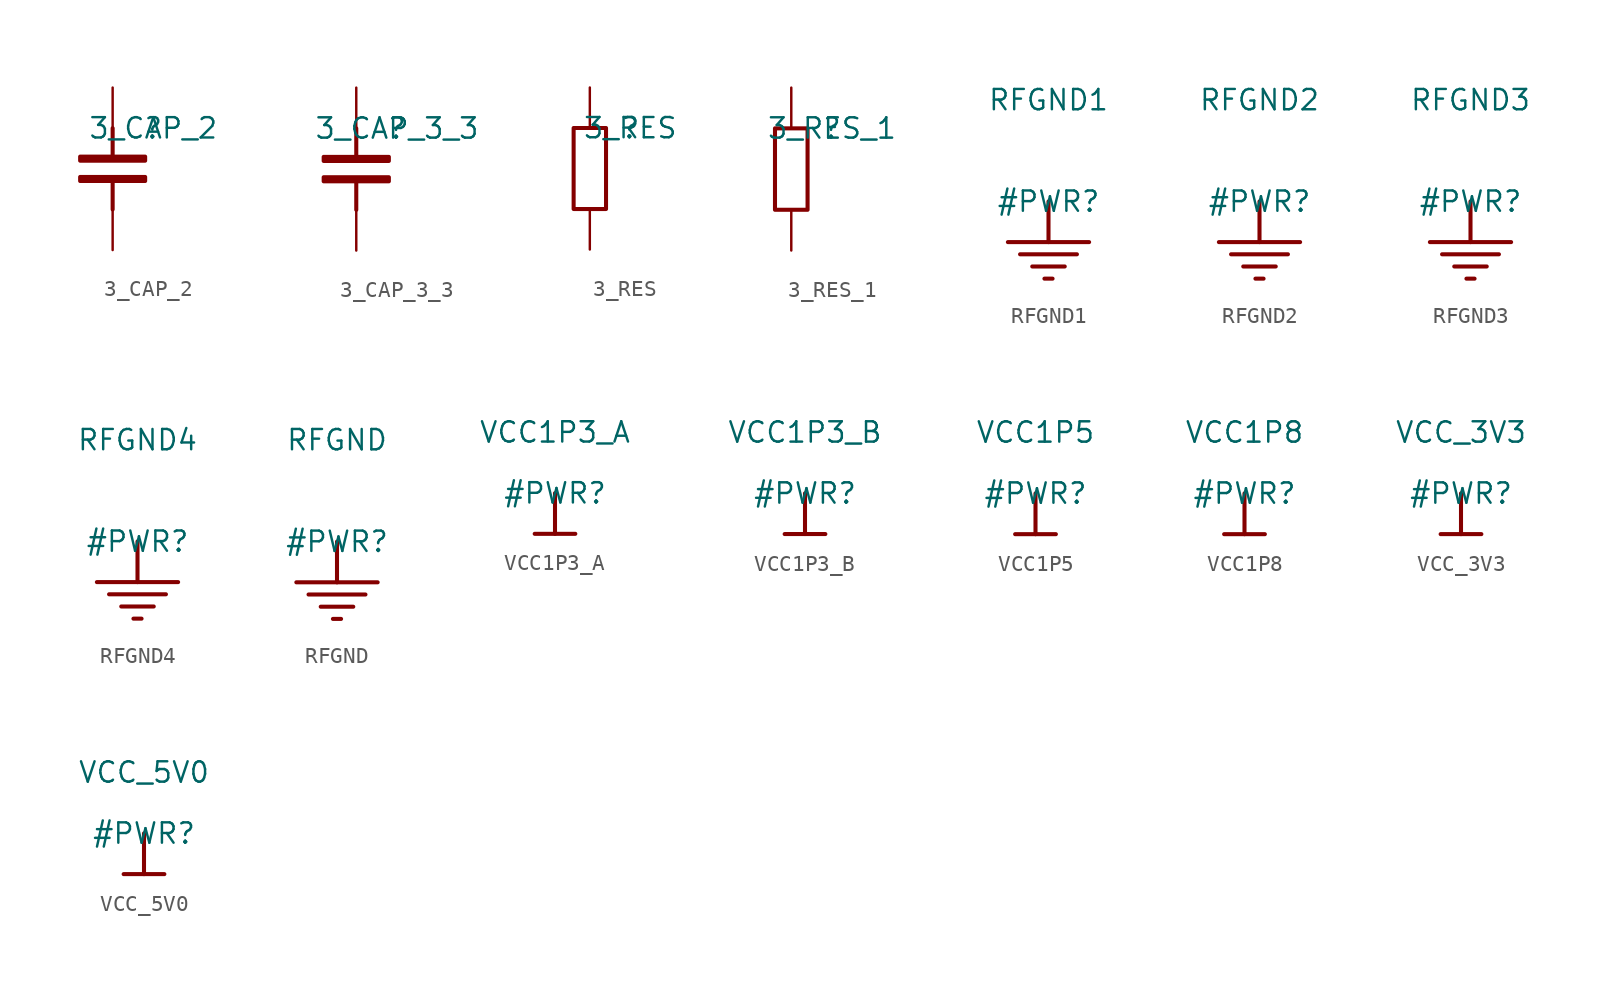
<source format=kicad_sym>
(kicad_symbol_lib
  (version 20211014)
  (generator kicad_symbol_editor)
  (symbol "pynqsdr-altium-import:3_CAP_2"
    (property "Reference" ""
      (at 0 0 0)
      (effects (font (size 1.27 1.27))))
    (property "Value" "3_CAP_2"
      (at 0 0 0)
      (effects (font (size 1.27 1.27))))
    (symbol "3_CAP_2_1_0"
      (polyline (pts (xy -2.54 -3.302) (xy -2.54 -5.08)) (stroke (width 0.254) (type default) (color 0 0 0 0)) (fill (type none)))
      (polyline (pts (xy -2.54 0) (xy -2.54 -1.778)) (stroke (width 0.254) (type default) (color 0 0 0 0)) (fill (type none)))
      (polyline (pts (xy -0.508 -3.048) (xy -0.508 -3.302) (xy -4.572 -3.302) (xy -4.572 -3.048) (xy -0.508 -3.048)) (stroke (width 0.254) (type default) (color 0 0 0 0)) (fill (type outline)))
      (polyline (pts (xy -0.508 -1.778) (xy -0.508 -2.032) (xy -4.572 -2.032) (xy -4.572 -1.778) (xy -0.508 -1.778)) (stroke (width 0.254) (type default) (color 0 0 0 0)) (fill (type outline)))
      (pin passive line (at -2.54 2.54 270) (length 2.54) (name "1" (effects (font (size 0 0)))) (number "1" (effects (font (size 0 0)))))
      (pin passive line (at -2.54 -7.62 90) (length 2.54) (name "2" (effects (font (size 0 0)))) (number "2" (effects (font (size 0 0)))))))
  (symbol "pynqsdr-altium-import:3_CAP_3_3"
    (property "Reference" ""
      (at 0 0 0)
      (effects (font (size 1.27 1.27))))
    (property "Value" "3_CAP_3_3"
      (at 0 0 0)
      (effects (font (size 1.27 1.27))))
    (symbol "3_CAP_3_3_1_0"
      (polyline (pts (xy -2.54 -3.302) (xy -2.54 -5.08)) (stroke (width 0.254) (type default) (color 0 0 0 0)) (fill (type none)))
      (polyline (pts (xy -2.54 0) (xy -2.54 -1.778)) (stroke (width 0.254) (type default) (color 0 0 0 0)) (fill (type none)))
      (polyline (pts (xy -0.508 -3.048) (xy -0.508 -3.302) (xy -4.572 -3.302) (xy -4.572 -3.048) (xy -0.508 -3.048)) (stroke (width 0.254) (type default) (color 0 0 0 0)) (fill (type outline)))
      (polyline (pts (xy -0.508 -1.778) (xy -0.508 -2.032) (xy -4.572 -2.032) (xy -4.572 -1.778) (xy -0.508 -1.778)) (stroke (width 0.254) (type default) (color 0 0 0 0)) (fill (type outline)))
      (pin passive line (at -2.54 2.54 270) (length 2.54) (name "1" (effects (font (size 0 0)))) (number "1" (effects (font (size 0 0)))))
      (pin passive line (at -2.54 -7.62 90) (length 2.54) (name "2" (effects (font (size 0 0)))) (number "2" (effects (font (size 0 0)))))))
  (symbol "pynqsdr-altium-import:3_RES"
    (property "Reference" ""
      (at 0 0 0)
      (effects (font (size 1.27 1.27))))
    (property "Value" "3_RES"
      (at 0 0 0)
      (effects (font (size 1.27 1.27))))
    (symbol "3_RES_1_0"
      (rectangle (start -1.524 0) (end -3.556 -5.08) (stroke (width 0.254) (type default) (color 0 0 0 0)) (fill (type none)))
      (pin passive line (at -2.54 2.54 270) (length 2.54) (name "1" (effects (font (size 0 0)))) (number "1" (effects (font (size 0 0)))))
      (pin passive line (at -2.54 -7.62 90) (length 2.54) (name "2" (effects (font (size 0 0)))) (number "2" (effects (font (size 0 0)))))))
  (symbol "pynqsdr-altium-import:3_RES_1"
    (property "Reference" ""
      (at 0 0 0)
      (effects (font (size 1.27 1.27))))
    (property "Value" "3_RES_1"
      (at 0 0 0)
      (effects (font (size 1.27 1.27))))
    (symbol "3_RES_1_1_0"
      (rectangle (start -1.524 0) (end -3.556 -5.08) (stroke (width 0.254) (type default) (color 0 0 0 0)) (fill (type none)))
      (pin passive line (at -2.54 2.54 270) (length 2.54) (name "1" (effects (font (size 0 0)))) (number "1" (effects (font (size 0 0)))))
      (pin passive line (at -2.54 -7.62 90) (length 2.54) (name "2" (effects (font (size 0 0)))) (number "2" (effects (font (size 0 0)))))))
  (symbol "pynqsdr-altium-import:RFGND1"
    (power)
    (property "Reference" "#PWR"
      (at 0 0 0)
      (effects (font (size 1.27 1.27))))
    (property "Value" "RFGND1"
      (at 0 6.35 0)
      (effects (font (size 1.27 1.27))))
    (symbol "RFGND1_0_0"
      (polyline (pts (xy -0.254 -4.826) (xy 0.254 -4.826)) (stroke (width 0.254) (type default) (color 0 0 0 0)) (fill (type none)))
      (polyline (pts (xy -2.54 -2.54) (xy 2.54 -2.54)) (stroke (width 0.254) (type default) (color 0 0 0 0)) (fill (type none)))
      (polyline (pts (xy -1.778 -3.302) (xy 1.778 -3.302)) (stroke (width 0.254) (type default) (color 0 0 0 0)) (fill (type none)))
      (polyline (pts (xy -1.016 -4.064) (xy 1.016 -4.064)) (stroke (width 0.254) (type default) (color 0 0 0 0)) (fill (type none)))
      (polyline (pts (xy 0 0) (xy 0 -2.54)) (stroke (width 0.254) (type default) (color 0 0 0 0)) (fill (type none)))
      (pin power_in line (at 0 0 0) (length 0) hide (name "RFGND1" (effects (font (size 1.27 1.27)))) (number "" (effects (font (size 1.27 1.27)))))))
  (symbol "pynqsdr-altium-import:RFGND2"
    (power)
    (property "Reference" "#PWR"
      (at 0 0 0)
      (effects (font (size 1.27 1.27))))
    (property "Value" "RFGND2"
      (at 0 6.35 0)
      (effects (font (size 1.27 1.27))))
    (symbol "RFGND2_0_0"
      (polyline (pts (xy -0.254 -4.826) (xy 0.254 -4.826)) (stroke (width 0.254) (type default) (color 0 0 0 0)) (fill (type none)))
      (polyline (pts (xy -2.54 -2.54) (xy 2.54 -2.54)) (stroke (width 0.254) (type default) (color 0 0 0 0)) (fill (type none)))
      (polyline (pts (xy -1.778 -3.302) (xy 1.778 -3.302)) (stroke (width 0.254) (type default) (color 0 0 0 0)) (fill (type none)))
      (polyline (pts (xy -1.016 -4.064) (xy 1.016 -4.064)) (stroke (width 0.254) (type default) (color 0 0 0 0)) (fill (type none)))
      (polyline (pts (xy 0 0) (xy 0 -2.54)) (stroke (width 0.254) (type default) (color 0 0 0 0)) (fill (type none)))
      (pin power_in line (at 0 0 0) (length 0) hide (name "RFGND2" (effects (font (size 1.27 1.27)))) (number "" (effects (font (size 1.27 1.27)))))))
  (symbol "pynqsdr-altium-import:RFGND3"
    (power)
    (property "Reference" "#PWR"
      (at 0 0 0)
      (effects (font (size 1.27 1.27))))
    (property "Value" "RFGND3"
      (at 0 6.35 0)
      (effects (font (size 1.27 1.27))))
    (symbol "RFGND3_0_0"
      (polyline (pts (xy -0.254 -4.826) (xy 0.254 -4.826)) (stroke (width 0.254) (type default) (color 0 0 0 0)) (fill (type none)))
      (polyline (pts (xy -2.54 -2.54) (xy 2.54 -2.54)) (stroke (width 0.254) (type default) (color 0 0 0 0)) (fill (type none)))
      (polyline (pts (xy -1.778 -3.302) (xy 1.778 -3.302)) (stroke (width 0.254) (type default) (color 0 0 0 0)) (fill (type none)))
      (polyline (pts (xy -1.016 -4.064) (xy 1.016 -4.064)) (stroke (width 0.254) (type default) (color 0 0 0 0)) (fill (type none)))
      (polyline (pts (xy 0 0) (xy 0 -2.54)) (stroke (width 0.254) (type default) (color 0 0 0 0)) (fill (type none)))
      (pin power_in line (at 0 0 0) (length 0) hide (name "RFGND3" (effects (font (size 1.27 1.27)))) (number "" (effects (font (size 1.27 1.27)))))))
  (symbol "pynqsdr-altium-import:RFGND4"
    (power)
    (property "Reference" "#PWR"
      (at 0 0 0)
      (effects (font (size 1.27 1.27))))
    (property "Value" "RFGND4"
      (at 0 6.35 0)
      (effects (font (size 1.27 1.27))))
    (symbol "RFGND4_0_0"
      (polyline (pts (xy -0.254 -4.826) (xy 0.254 -4.826)) (stroke (width 0.254) (type default) (color 0 0 0 0)) (fill (type none)))
      (polyline (pts (xy -2.54 -2.54) (xy 2.54 -2.54)) (stroke (width 0.254) (type default) (color 0 0 0 0)) (fill (type none)))
      (polyline (pts (xy -1.778 -3.302) (xy 1.778 -3.302)) (stroke (width 0.254) (type default) (color 0 0 0 0)) (fill (type none)))
      (polyline (pts (xy -1.016 -4.064) (xy 1.016 -4.064)) (stroke (width 0.254) (type default) (color 0 0 0 0)) (fill (type none)))
      (polyline (pts (xy 0 0) (xy 0 -2.54)) (stroke (width 0.254) (type default) (color 0 0 0 0)) (fill (type none)))
      (pin power_in line (at 0 0 0) (length 0) hide (name "RFGND4" (effects (font (size 1.27 1.27)))) (number "" (effects (font (size 1.27 1.27)))))))
  (symbol "pynqsdr-altium-import:RFGND"
    (power)
    (property "Reference" "#PWR"
      (at 0 0 0)
      (effects (font (size 1.27 1.27))))
    (property "Value" "RFGND"
      (at 0 6.35 0)
      (effects (font (size 1.27 1.27))))
    (symbol "RFGND_0_0"
      (polyline (pts (xy -0.254 -4.826) (xy 0.254 -4.826)) (stroke (width 0.254) (type default) (color 0 0 0 0)) (fill (type none)))
      (polyline (pts (xy -2.54 -2.54) (xy 2.54 -2.54)) (stroke (width 0.254) (type default) (color 0 0 0 0)) (fill (type none)))
      (polyline (pts (xy -1.778 -3.302) (xy 1.778 -3.302)) (stroke (width 0.254) (type default) (color 0 0 0 0)) (fill (type none)))
      (polyline (pts (xy -1.016 -4.064) (xy 1.016 -4.064)) (stroke (width 0.254) (type default) (color 0 0 0 0)) (fill (type none)))
      (polyline (pts (xy 0 0) (xy 0 -2.54)) (stroke (width 0.254) (type default) (color 0 0 0 0)) (fill (type none)))
      (pin power_in line (at 0 0 0) (length 0) hide (name "RFGND" (effects (font (size 1.27 1.27)))) (number "" (effects (font (size 1.27 1.27)))))))
  (symbol "pynqsdr-altium-import:VCC1P3_A"
    (power)
    (property "Reference" "#PWR"
      (at 0 0 0)
      (effects (font (size 1.27 1.27))))
    (property "Value" "VCC1P3_A"
      (at 0 3.81 0)
      (effects (font (size 1.27 1.27))))
    (symbol "VCC1P3_A_0_0"
      (polyline (pts (xy -1.27 -2.54) (xy 1.27 -2.54)) (stroke (width 0.254) (type default) (color 0 0 0 0)) (fill (type none)))
      (polyline (pts (xy 0 0) (xy 0 -2.54)) (stroke (width 0.254) (type default) (color 0 0 0 0)) (fill (type none)))
      (pin power_in line (at 0 0 0) (length 0) hide (name "VCC1P3_A" (effects (font (size 1.27 1.27)))) (number "" (effects (font (size 1.27 1.27)))))))
  (symbol "pynqsdr-altium-import:VCC1P3_B"
    (power)
    (property "Reference" "#PWR"
      (at 0 0 0)
      (effects (font (size 1.27 1.27))))
    (property "Value" "VCC1P3_B"
      (at 0 3.81 0)
      (effects (font (size 1.27 1.27))))
    (symbol "VCC1P3_B_0_0"
      (polyline (pts (xy -1.27 -2.54) (xy 1.27 -2.54)) (stroke (width 0.254) (type default) (color 0 0 0 0)) (fill (type none)))
      (polyline (pts (xy 0 0) (xy 0 -2.54)) (stroke (width 0.254) (type default) (color 0 0 0 0)) (fill (type none)))
      (pin power_in line (at 0 0 0) (length 0) hide (name "VCC1P3_B" (effects (font (size 1.27 1.27)))) (number "" (effects (font (size 1.27 1.27)))))))
  (symbol "pynqsdr-altium-import:VCC1P5"
    (power)
    (property "Reference" "#PWR"
      (at 0 0 0)
      (effects (font (size 1.27 1.27))))
    (property "Value" "VCC1P5"
      (at 0 3.81 0)
      (effects (font (size 1.27 1.27))))
    (symbol "VCC1P5_0_0"
      (polyline (pts (xy -1.27 -2.54) (xy 1.27 -2.54)) (stroke (width 0.254) (type default) (color 0 0 0 0)) (fill (type none)))
      (polyline (pts (xy 0 0) (xy 0 -2.54)) (stroke (width 0.254) (type default) (color 0 0 0 0)) (fill (type none)))
      (pin power_in line (at 0 0 0) (length 0) hide (name "VCC1P5" (effects (font (size 1.27 1.27)))) (number "" (effects (font (size 1.27 1.27)))))))
  (symbol "pynqsdr-altium-import:VCC1P8"
    (power)
    (property "Reference" "#PWR"
      (at 0 0 0)
      (effects (font (size 1.27 1.27))))
    (property "Value" "VCC1P8"
      (at 0 3.81 0)
      (effects (font (size 1.27 1.27))))
    (symbol "VCC1P8_0_0"
      (polyline (pts (xy -1.27 -2.54) (xy 1.27 -2.54)) (stroke (width 0.254) (type default) (color 0 0 0 0)) (fill (type none)))
      (polyline (pts (xy 0 0) (xy 0 -2.54)) (stroke (width 0.254) (type default) (color 0 0 0 0)) (fill (type none)))
      (pin power_in line (at 0 0 0) (length 0) hide (name "VCC1P8" (effects (font (size 1.27 1.27)))) (number "" (effects (font (size 1.27 1.27)))))))
  (symbol "pynqsdr-altium-import:VCC_3V3"
    (power)
    (property "Reference" "#PWR"
      (at 0 0 0)
      (effects (font (size 1.27 1.27))))
    (property "Value" "VCC_3V3"
      (at 0 3.81 0)
      (effects (font (size 1.27 1.27))))
    (symbol "VCC_3V3_0_0"
      (polyline (pts (xy -1.27 -2.54) (xy 1.27 -2.54)) (stroke (width 0.254) (type default) (color 0 0 0 0)) (fill (type none)))
      (polyline (pts (xy 0 0) (xy 0 -2.54)) (stroke (width 0.254) (type default) (color 0 0 0 0)) (fill (type none)))
      (pin power_in line (at 0 0 0) (length 0) hide (name "VCC_3V3" (effects (font (size 1.27 1.27)))) (number "" (effects (font (size 1.27 1.27)))))))
  (symbol "pynqsdr-altium-import:VCC_5V0"
    (power)
    (property "Reference" "#PWR"
      (at 0 0 0)
      (effects (font (size 1.27 1.27))))
    (property "Value" "VCC_5V0"
      (at 0 3.81 0)
      (effects (font (size 1.27 1.27))))
    (symbol "VCC_5V0_0_0"
      (polyline (pts (xy -1.27 -2.54) (xy 1.27 -2.54)) (stroke (width 0.254) (type default) (color 0 0 0 0)) (fill (type none)))
      (polyline (pts (xy 0 0) (xy 0 -2.54)) (stroke (width 0.254) (type default) (color 0 0 0 0)) (fill (type none)))
      (pin power_in line (at 0 0 0) (length 0) hide (name "VCC_5V0" (effects (font (size 1.27 1.27)))) (number "" (effects (font (size 1.27 1.27))))))))
</source>
